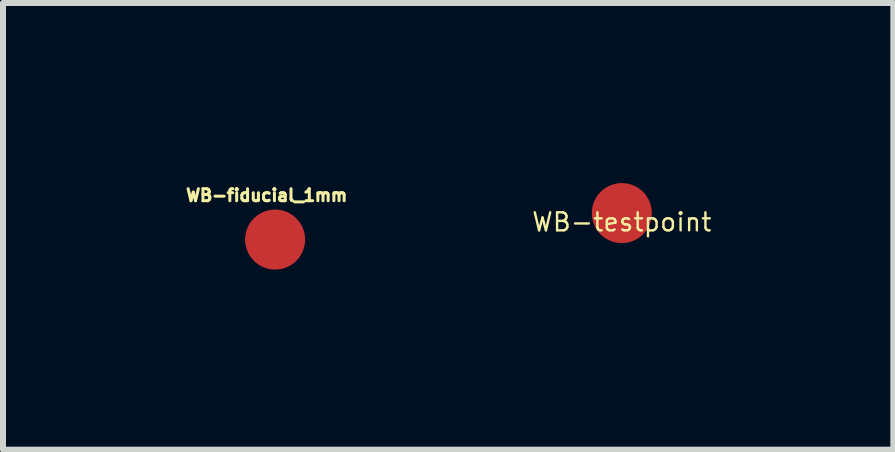
<source format=kicad_pcb>
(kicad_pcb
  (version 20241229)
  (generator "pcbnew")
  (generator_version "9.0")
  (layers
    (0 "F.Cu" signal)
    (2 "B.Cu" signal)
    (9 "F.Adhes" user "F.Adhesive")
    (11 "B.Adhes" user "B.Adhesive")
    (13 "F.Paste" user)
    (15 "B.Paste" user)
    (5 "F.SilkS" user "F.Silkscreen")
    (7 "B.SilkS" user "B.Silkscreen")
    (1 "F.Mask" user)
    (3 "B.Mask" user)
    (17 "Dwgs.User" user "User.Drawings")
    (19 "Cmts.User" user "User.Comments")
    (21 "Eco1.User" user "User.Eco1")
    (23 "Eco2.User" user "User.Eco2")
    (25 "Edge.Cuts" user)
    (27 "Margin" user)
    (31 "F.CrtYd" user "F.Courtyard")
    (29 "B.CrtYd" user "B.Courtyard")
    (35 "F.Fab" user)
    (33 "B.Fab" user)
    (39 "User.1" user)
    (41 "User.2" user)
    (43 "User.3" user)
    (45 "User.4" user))
  (footprint "WB-fiducial_1mm"
    (layer "F.Cu")
    (at 1.533 0.941)
    (property "Reference" "WB-fiducial_1mm" (at -0.14 -0.737 0) (layer "F.SilkS") (effects (font (size 0.2 0.2) (thickness 0.05))))
    (attr smd)
    (pad "1" smd circle (at 0 0) (size 1 1) (layers "F.Cu" "F.Mask")))
  (footprint "WB-testpoint"
    (layer "F.Cu")
    (at 7.309 0.5)
    (property "Reference" "WB-testpoint" (at 0 0.15 0) (layer "F.SilkS") (effects (font (size 0.3 0.3) (thickness 0.04))))
    (attr exclude_from_pos_files exclude_from_bom)
    (pad "1" smd circle (at 0 0) (size 1 1) (layers "F.Cu" "F.Mask")))
  (gr_rect
    (start -3 -3)
    (end 11.832 4.441)
    (stroke (width 0.1) (type default))
    (fill no)
    (layer "Edge.Cuts")))
</source>
